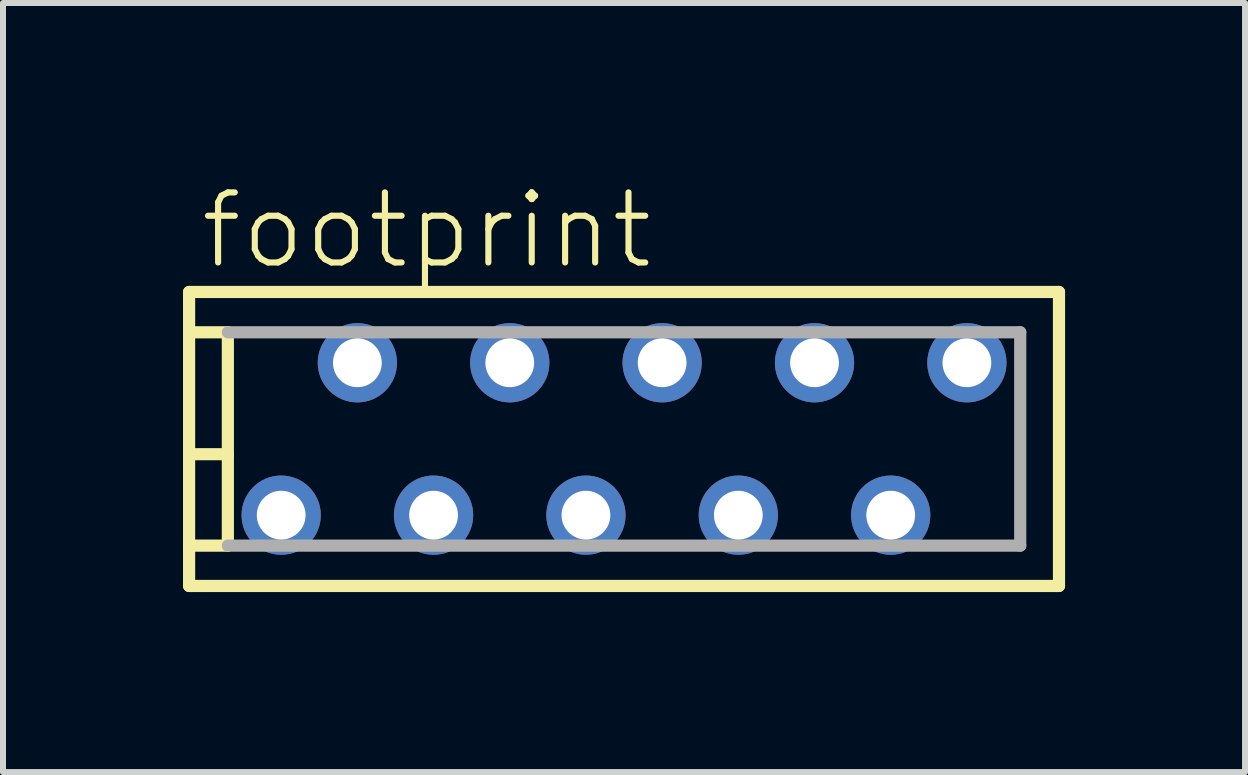
<source format=kicad_pcb>
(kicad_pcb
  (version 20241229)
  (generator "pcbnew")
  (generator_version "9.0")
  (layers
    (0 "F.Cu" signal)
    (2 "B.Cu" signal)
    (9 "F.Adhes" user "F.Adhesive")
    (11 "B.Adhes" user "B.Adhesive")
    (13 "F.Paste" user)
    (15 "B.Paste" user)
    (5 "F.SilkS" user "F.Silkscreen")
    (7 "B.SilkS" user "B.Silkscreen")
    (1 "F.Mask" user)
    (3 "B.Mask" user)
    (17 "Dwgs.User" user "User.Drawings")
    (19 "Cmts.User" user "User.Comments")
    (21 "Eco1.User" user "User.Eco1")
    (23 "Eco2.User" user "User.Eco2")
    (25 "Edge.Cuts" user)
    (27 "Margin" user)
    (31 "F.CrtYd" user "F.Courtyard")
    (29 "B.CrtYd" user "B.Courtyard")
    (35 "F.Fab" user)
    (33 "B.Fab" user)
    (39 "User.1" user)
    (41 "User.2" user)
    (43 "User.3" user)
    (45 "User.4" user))
  (footprint "footprint"
    (layer "F.Cu")
    (at 7.352 4.267)
    (property "Reference" "footprint" (at -7.112 -2.794 0) (layer "F.SilkS") (effects (font (size 1.168 1.168) (thickness 0.102)) (justify left bottom)))
    (fp_line (start -7.25 -2.45) (end -7.25 1.778) (stroke (width 0.203) (type solid)) (layer "F.SilkS"))
    (fp_line (start -7.25 1.778) (end -7.25 2.45) (stroke (width 0.203) (type solid)) (layer "F.SilkS"))
    (fp_line (start -7.25 2.45) (end 7.25 2.45) (stroke (width 0.203) (type solid)) (layer "F.SilkS"))
    (fp_line (start -7.239 -1.778) (end -6.604 -1.778) (stroke (width 0.203) (type solid)) (layer "F.SilkS"))
    (fp_line (start -7.239 0.254) (end -6.604 0.254) (stroke (width 0.203) (type solid)) (layer "F.SilkS"))
    (fp_line (start -6.604 -1.778) (end -6.604 0.254) (stroke (width 0.203) (type solid)) (layer "F.SilkS"))
    (fp_line (start -6.604 0.254) (end -6.604 1.778) (stroke (width 0.203) (type solid)) (layer "F.SilkS"))
    (fp_line (start -6.604 1.778) (end -7.25 1.778) (stroke (width 0.203) (type solid)) (layer "F.SilkS"))
    (fp_line (start 7.25 -2.45) (end -7.25 -2.45) (stroke (width 0.203) (type solid)) (layer "F.SilkS"))
    (fp_line (start 7.25 2.45) (end 7.25 -2.45) (stroke (width 0.203) (type solid)) (layer "F.SilkS"))
    (fp_line (start -6.604 -1.778) (end 6.604 -1.778) (stroke (width 0.203) (type solid)) (layer "F.Fab"))
    (fp_line (start 6.604 -1.778) (end 6.604 1.778) (stroke (width 0.203) (type solid)) (layer "F.Fab"))
    (fp_line (start 6.604 1.778) (end -6.604 1.778) (stroke (width 0.203) (type solid)) (layer "F.Fab"))
    (pad "1" thru_hole circle (at 5.715 -1.27) (size 1.321 1.321) (drill 0.813) (layers "*.Cu" "*.Mask"))
    (pad "2" thru_hole circle (at 4.445 1.27) (size 1.321 1.321) (drill 0.813) (layers "*.Cu" "*.Mask"))
    (pad "3" thru_hole circle (at 3.175 -1.27) (size 1.321 1.321) (drill 0.813) (layers "*.Cu" "*.Mask"))
    (pad "4" thru_hole circle (at 1.905 1.27) (size 1.321 1.321) (drill 0.813) (layers "*.Cu" "*.Mask"))
    (pad "5" thru_hole circle (at 0.635 -1.27) (size 1.321 1.321) (drill 0.813) (layers "*.Cu" "*.Mask"))
    (pad "6" thru_hole circle (at -0.635 1.27) (size 1.321 1.321) (drill 0.813) (layers "*.Cu" "*.Mask"))
    (pad "7" thru_hole circle (at -1.905 -1.27) (size 1.321 1.321) (drill 0.813) (layers "*.Cu" "*.Mask"))
    (pad "8" thru_hole circle (at -3.175 1.27) (size 1.321 1.321) (drill 0.813) (layers "*.Cu" "*.Mask"))
    (pad "9" thru_hole circle (at -4.445 -1.27) (size 1.321 1.321) (drill 0.813) (layers "*.Cu" "*.Mask"))
    (pad "10" thru_hole circle (at -5.715 1.27) (size 1.321 1.321) (drill 0.813) (layers "*.Cu" "*.Mask")))
  (gr_rect
    (start -3 -3)
    (end 17.703 9.819)
    (stroke (width 0.1) (type default))
    (fill no)
    (layer "Edge.Cuts")))
</source>
